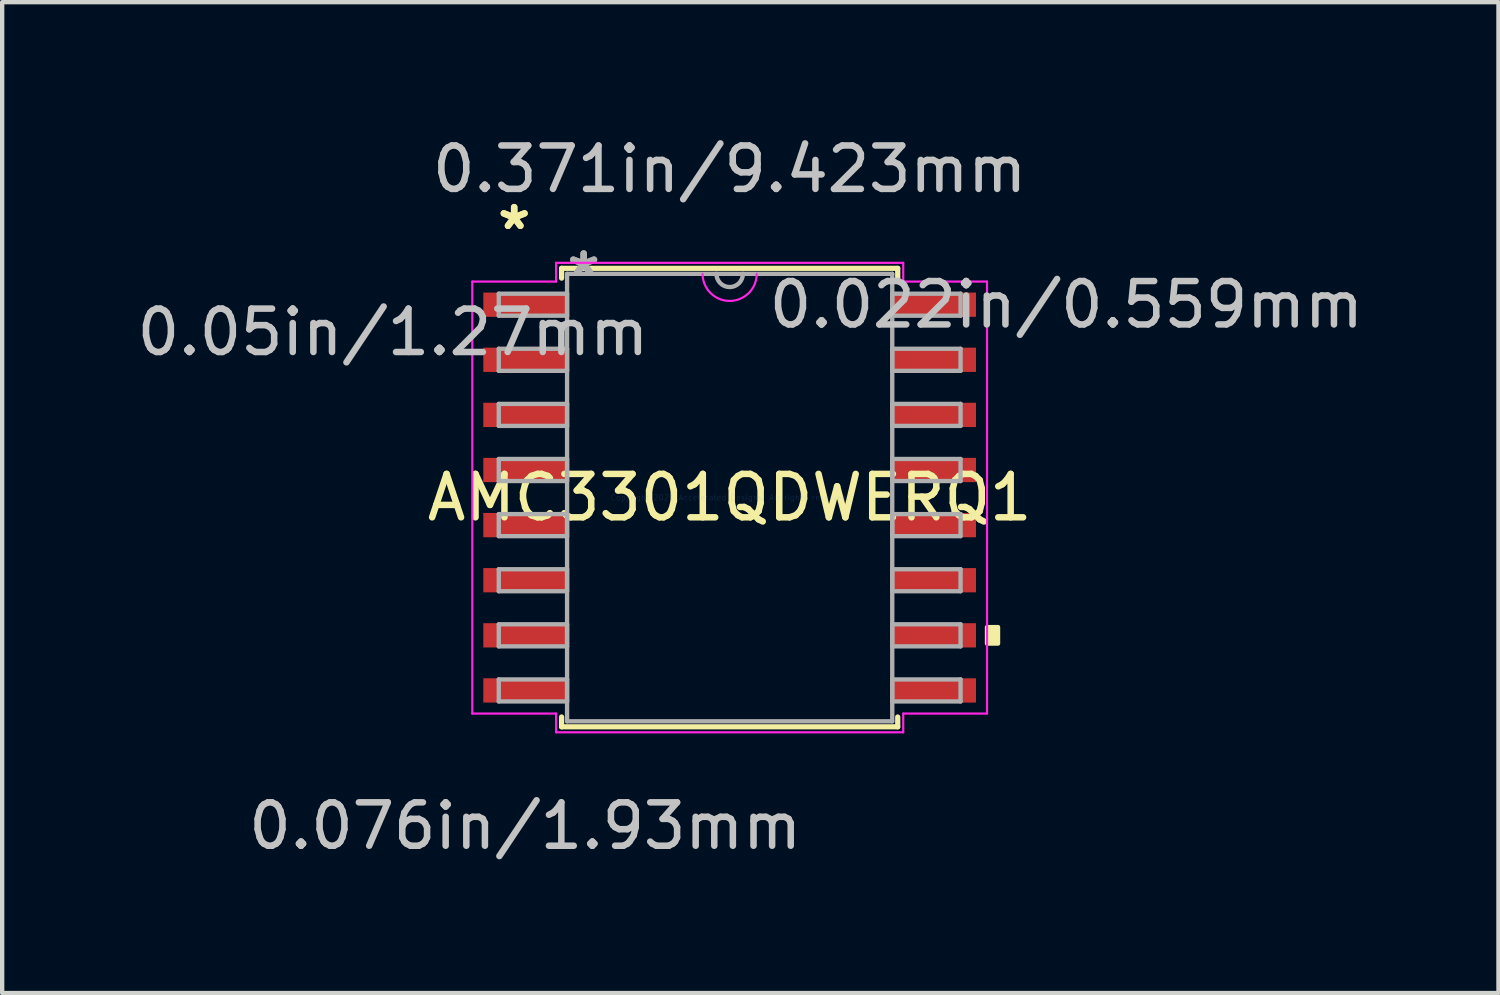
<source format=kicad_pcb>
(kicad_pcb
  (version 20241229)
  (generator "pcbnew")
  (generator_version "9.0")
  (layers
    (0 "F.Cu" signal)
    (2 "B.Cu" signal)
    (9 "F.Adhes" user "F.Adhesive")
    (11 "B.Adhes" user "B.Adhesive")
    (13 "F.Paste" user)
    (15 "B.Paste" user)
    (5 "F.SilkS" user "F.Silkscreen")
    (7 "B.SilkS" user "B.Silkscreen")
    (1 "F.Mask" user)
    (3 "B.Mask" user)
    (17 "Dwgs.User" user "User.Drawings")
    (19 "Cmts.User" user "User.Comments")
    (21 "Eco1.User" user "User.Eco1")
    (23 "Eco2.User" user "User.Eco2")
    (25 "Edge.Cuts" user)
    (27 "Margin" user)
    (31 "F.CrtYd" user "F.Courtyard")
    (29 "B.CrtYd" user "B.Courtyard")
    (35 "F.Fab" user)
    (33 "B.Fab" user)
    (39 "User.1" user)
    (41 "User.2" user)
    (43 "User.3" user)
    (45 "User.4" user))
  (footprint "AMC3301QDWERQ1"
    (layer "F.Cu")
    (at 13.766 8.417)
    (property "Reference" "AMC3301QDWERQ1" (at 0 0 0) (layer "F.SilkS") (effects (font (size 1 1) (thickness 0.15))))
    (attr through_hole)
    (fp_line (start -3.873 -5.283) (end -3.873 -5.057) (stroke (width 0.12) (type solid)) (layer "F.SilkS"))
    (fp_line (start -3.873 5.057) (end -3.873 5.283) (stroke (width 0.12) (type solid)) (layer "F.SilkS"))
    (fp_line (start -3.873 5.283) (end 3.873 5.283) (stroke (width 0.12) (type solid)) (layer "F.SilkS"))
    (fp_line (start 3.873 -5.283) (end -3.873 -5.283) (stroke (width 0.12) (type solid)) (layer "F.SilkS"))
    (fp_line (start 3.873 -5.057) (end 3.873 -5.283) (stroke (width 0.12) (type solid)) (layer "F.SilkS"))
    (fp_line (start 3.873 5.283) (end 3.873 5.057) (stroke (width 0.12) (type solid)) (layer "F.SilkS"))
    (fp_poly (pts (xy 6.185 2.985) (xy 6.185 3.365) (xy 5.931 3.365) (xy 5.931 2.985)) (stroke (width 0.1) (type solid)) (fill yes) (layer "F.SilkS"))
    (fp_line (start -5.931 -4.978) (end -4 -4.978) (stroke (width 0.05) (type solid)) (layer "F.CrtYd"))
    (fp_line (start -5.931 4.978) (end -5.931 -4.978) (stroke (width 0.05) (type solid)) (layer "F.CrtYd"))
    (fp_line (start -4 -5.41) (end 4 -5.41) (stroke (width 0.05) (type solid)) (layer "F.CrtYd"))
    (fp_line (start -4 -4.978) (end -4 -5.41) (stroke (width 0.05) (type solid)) (layer "F.CrtYd"))
    (fp_line (start -4 4.978) (end -5.931 4.978) (stroke (width 0.05) (type solid)) (layer "F.CrtYd"))
    (fp_line (start -4 5.41) (end -4 4.978) (stroke (width 0.05) (type solid)) (layer "F.CrtYd"))
    (fp_line (start 4 -5.41) (end 4 -4.978) (stroke (width 0.05) (type solid)) (layer "F.CrtYd"))
    (fp_line (start 4 -4.978) (end 5.931 -4.978) (stroke (width 0.05) (type solid)) (layer "F.CrtYd"))
    (fp_line (start 4 4.978) (end 4 5.41) (stroke (width 0.05) (type solid)) (layer "F.CrtYd"))
    (fp_line (start 4 5.41) (end -4 5.41) (stroke (width 0.05) (type solid)) (layer "F.CrtYd"))
    (fp_line (start 5.931 -4.978) (end 5.931 4.978) (stroke (width 0.05) (type solid)) (layer "F.CrtYd"))
    (fp_line (start 5.931 4.978) (end 4 4.978) (stroke (width 0.05) (type solid)) (layer "F.CrtYd"))
    (fp_arc (start 0.624417 -5.1562) (mid 0 -4.531783) (end -0.624417 -5.1562) (stroke (width 0.05) (type solid)) (layer "F.CrtYd"))
    (fp_line (start -5.321 -4.699) (end -5.321 -4.191) (stroke (width 0.1) (type solid)) (layer "F.Fab"))
    (fp_line (start -5.321 -4.191) (end -3.747 -4.191) (stroke (width 0.1) (type solid)) (layer "F.Fab"))
    (fp_line (start -5.321 -3.429) (end -5.321 -2.921) (stroke (width 0.1) (type solid)) (layer "F.Fab"))
    (fp_line (start -5.321 -2.921) (end -3.747 -2.921) (stroke (width 0.1) (type solid)) (layer "F.Fab"))
    (fp_line (start -5.321 -2.159) (end -5.321 -1.651) (stroke (width 0.1) (type solid)) (layer "F.Fab"))
    (fp_line (start -5.321 -1.651) (end -3.747 -1.651) (stroke (width 0.1) (type solid)) (layer "F.Fab"))
    (fp_line (start -5.321 -0.889) (end -5.321 -0.381) (stroke (width 0.1) (type solid)) (layer "F.Fab"))
    (fp_line (start -5.321 -0.381) (end -3.747 -0.381) (stroke (width 0.1) (type solid)) (layer "F.Fab"))
    (fp_line (start -5.321 0.381) (end -5.321 0.889) (stroke (width 0.1) (type solid)) (layer "F.Fab"))
    (fp_line (start -5.321 0.889) (end -3.747 0.889) (stroke (width 0.1) (type solid)) (layer "F.Fab"))
    (fp_line (start -5.321 1.651) (end -5.321 2.159) (stroke (width 0.1) (type solid)) (layer "F.Fab"))
    (fp_line (start -5.321 2.159) (end -3.747 2.159) (stroke (width 0.1) (type solid)) (layer "F.Fab"))
    (fp_line (start -5.321 2.921) (end -5.321 3.429) (stroke (width 0.1) (type solid)) (layer "F.Fab"))
    (fp_line (start -5.321 3.429) (end -3.747 3.429) (stroke (width 0.1) (type solid)) (layer "F.Fab"))
    (fp_line (start -5.321 4.191) (end -5.321 4.699) (stroke (width 0.1) (type solid)) (layer "F.Fab"))
    (fp_line (start -5.321 4.699) (end -3.747 4.699) (stroke (width 0.1) (type solid)) (layer "F.Fab"))
    (fp_line (start -3.747 -5.156) (end -3.747 5.156) (stroke (width 0.1) (type solid)) (layer "F.Fab"))
    (fp_line (start -3.747 -4.699) (end -5.321 -4.699) (stroke (width 0.1) (type solid)) (layer "F.Fab"))
    (fp_line (start -3.747 -4.191) (end -3.747 -4.699) (stroke (width 0.1) (type solid)) (layer "F.Fab"))
    (fp_line (start -3.747 -3.429) (end -5.321 -3.429) (stroke (width 0.1) (type solid)) (layer "F.Fab"))
    (fp_line (start -3.747 -2.921) (end -3.747 -3.429) (stroke (width 0.1) (type solid)) (layer "F.Fab"))
    (fp_line (start -3.747 -2.159) (end -5.321 -2.159) (stroke (width 0.1) (type solid)) (layer "F.Fab"))
    (fp_line (start -3.747 -1.651) (end -3.747 -2.159) (stroke (width 0.1) (type solid)) (layer "F.Fab"))
    (fp_line (start -3.747 -0.889) (end -5.321 -0.889) (stroke (width 0.1) (type solid)) (layer "F.Fab"))
    (fp_line (start -3.747 -0.381) (end -3.747 -0.889) (stroke (width 0.1) (type solid)) (layer "F.Fab"))
    (fp_line (start -3.747 0.381) (end -5.321 0.381) (stroke (width 0.1) (type solid)) (layer "F.Fab"))
    (fp_line (start -3.747 0.889) (end -3.747 0.381) (stroke (width 0.1) (type solid)) (layer "F.Fab"))
    (fp_line (start -3.747 1.651) (end -5.321 1.651) (stroke (width 0.1) (type solid)) (layer "F.Fab"))
    (fp_line (start -3.747 2.159) (end -3.747 1.651) (stroke (width 0.1) (type solid)) (layer "F.Fab"))
    (fp_line (start -3.747 2.921) (end -5.321 2.921) (stroke (width 0.1) (type solid)) (layer "F.Fab"))
    (fp_line (start -3.747 3.429) (end -3.747 2.921) (stroke (width 0.1) (type solid)) (layer "F.Fab"))
    (fp_line (start -3.747 4.191) (end -5.321 4.191) (stroke (width 0.1) (type solid)) (layer "F.Fab"))
    (fp_line (start -3.747 4.699) (end -3.747 4.191) (stroke (width 0.1) (type solid)) (layer "F.Fab"))
    (fp_line (start -3.747 5.156) (end 3.747 5.156) (stroke (width 0.1) (type solid)) (layer "F.Fab"))
    (fp_line (start 3.747 -5.156) (end -3.747 -5.156) (stroke (width 0.1) (type solid)) (layer "F.Fab"))
    (fp_line (start 3.747 -4.699) (end 3.747 -4.191) (stroke (width 0.1) (type solid)) (layer "F.Fab"))
    (fp_line (start 3.747 -4.191) (end 5.321 -4.191) (stroke (width 0.1) (type solid)) (layer "F.Fab"))
    (fp_line (start 3.747 -3.429) (end 3.747 -2.921) (stroke (width 0.1) (type solid)) (layer "F.Fab"))
    (fp_line (start 3.747 -2.921) (end 5.321 -2.921) (stroke (width 0.1) (type solid)) (layer "F.Fab"))
    (fp_line (start 3.747 -2.159) (end 3.747 -1.651) (stroke (width 0.1) (type solid)) (layer "F.Fab"))
    (fp_line (start 3.747 -1.651) (end 5.321 -1.651) (stroke (width 0.1) (type solid)) (layer "F.Fab"))
    (fp_line (start 3.747 -0.889) (end 3.747 -0.381) (stroke (width 0.1) (type solid)) (layer "F.Fab"))
    (fp_line (start 3.747 -0.381) (end 5.321 -0.381) (stroke (width 0.1) (type solid)) (layer "F.Fab"))
    (fp_line (start 3.747 0.381) (end 3.747 0.889) (stroke (width 0.1) (type solid)) (layer "F.Fab"))
    (fp_line (start 3.747 0.889) (end 5.321 0.889) (stroke (width 0.1) (type solid)) (layer "F.Fab"))
    (fp_line (start 3.747 1.651) (end 3.747 2.159) (stroke (width 0.1) (type solid)) (layer "F.Fab"))
    (fp_line (start 3.747 2.159) (end 5.321 2.159) (stroke (width 0.1) (type solid)) (layer "F.Fab"))
    (fp_line (start 3.747 2.921) (end 3.747 3.429) (stroke (width 0.1) (type solid)) (layer "F.Fab"))
    (fp_line (start 3.747 3.429) (end 5.321 3.429) (stroke (width 0.1) (type solid)) (layer "F.Fab"))
    (fp_line (start 3.747 4.191) (end 3.747 4.699) (stroke (width 0.1) (type solid)) (layer "F.Fab"))
    (fp_line (start 3.747 4.699) (end 5.321 4.699) (stroke (width 0.1) (type solid)) (layer "F.Fab"))
    (fp_line (start 3.747 5.156) (end 3.747 -5.156) (stroke (width 0.1) (type solid)) (layer "F.Fab"))
    (fp_line (start 5.321 -4.699) (end 3.747 -4.699) (stroke (width 0.1) (type solid)) (layer "F.Fab"))
    (fp_line (start 5.321 -4.191) (end 5.321 -4.699) (stroke (width 0.1) (type solid)) (layer "F.Fab"))
    (fp_line (start 5.321 -3.429) (end 3.747 -3.429) (stroke (width 0.1) (type solid)) (layer "F.Fab"))
    (fp_line (start 5.321 -2.921) (end 5.321 -3.429) (stroke (width 0.1) (type solid)) (layer "F.Fab"))
    (fp_line (start 5.321 -2.159) (end 3.747 -2.159) (stroke (width 0.1) (type solid)) (layer "F.Fab"))
    (fp_line (start 5.321 -1.651) (end 5.321 -2.159) (stroke (width 0.1) (type solid)) (layer "F.Fab"))
    (fp_line (start 5.321 -0.889) (end 3.747 -0.889) (stroke (width 0.1) (type solid)) (layer "F.Fab"))
    (fp_line (start 5.321 -0.381) (end 5.321 -0.889) (stroke (width 0.1) (type solid)) (layer "F.Fab"))
    (fp_line (start 5.321 0.381) (end 3.747 0.381) (stroke (width 0.1) (type solid)) (layer "F.Fab"))
    (fp_line (start 5.321 0.889) (end 5.321 0.381) (stroke (width 0.1) (type solid)) (layer "F.Fab"))
    (fp_line (start 5.321 1.651) (end 3.747 1.651) (stroke (width 0.1) (type solid)) (layer "F.Fab"))
    (fp_line (start 5.321 2.159) (end 5.321 1.651) (stroke (width 0.1) (type solid)) (layer "F.Fab"))
    (fp_line (start 5.321 2.921) (end 3.747 2.921) (stroke (width 0.1) (type solid)) (layer "F.Fab"))
    (fp_line (start 5.321 3.429) (end 5.321 2.921) (stroke (width 0.1) (type solid)) (layer "F.Fab"))
    (fp_line (start 5.321 4.191) (end 3.747 4.191) (stroke (width 0.1) (type solid)) (layer "F.Fab"))
    (fp_line (start 5.321 4.699) (end 5.321 4.191) (stroke (width 0.1) (type solid)) (layer "F.Fab"))
    (fp_arc (start 0.3048 -5.1562) (mid 0 -4.8514) (end -0.3048 -5.1562) (stroke (width 0.1) (type solid)) (layer "F.Fab"))
    (fp_text user "*" (at -4.966 -6.147 0) (layer "F.SilkS") (effects (font (size 1 1) (thickness 0.15))))
    (fp_text user "*" (at -4.966 -6.147 0) (layer "F.SilkS") (effects (font (size 1 1) (thickness 0.15))))
    (fp_text user "0.022in/0.559mm" (at 7.76 -4.445 0) (layer "Dwgs.User") (effects (font (size 1 1) (thickness 0.15))))
    (fp_text user "0.371in/9.423mm" (at 0 -7.569 0) (layer "Dwgs.User") (effects (font (size 1 1) (thickness 0.15))))
    (fp_text user "0.05in/1.27mm" (at -7.76 -3.81 0) (layer "Dwgs.User") (effects (font (size 1 1) (thickness 0.15))))
    (fp_text user "0.076in/1.93mm" (at -4.712 7.569 0) (layer "Dwgs.User") (effects (font (size 1 1) (thickness 0.15))))
    (fp_text user "Copyright 2021 Accelerated Designs. All rights reserved." (at 0 0 0) (layer "Cmts.User") (effects (font (size 0.127 0.127) (thickness 0.002))))
    (fp_text user "*" (at -3.365 -5.08 0) (layer "F.Fab") (effects (font (size 1 1) (thickness 0.15))))
    (fp_text user "*" (at -3.365 -5.08 0) (layer "F.Fab") (effects (font (size 1 1) (thickness 0.15))))
    (pad "1" smd rect (at -4.712 -4.445) (size 1.93 0.559) (layers "F.Cu" "F.Mask" "F.Paste"))
    (pad "2" smd rect (at -4.712 -3.175) (size 1.93 0.559) (layers "F.Cu" "F.Mask" "F.Paste"))
    (pad "3" smd rect (at -4.712 -1.905) (size 1.93 0.559) (layers "F.Cu" "F.Mask" "F.Paste"))
    (pad "4" smd rect (at -4.712 -0.635) (size 1.93 0.559) (layers "F.Cu" "F.Mask" "F.Paste"))
    (pad "5" smd rect (at -4.712 0.635) (size 1.93 0.559) (layers "F.Cu" "F.Mask" "F.Paste"))
    (pad "6" smd rect (at -4.712 1.905) (size 1.93 0.559) (layers "F.Cu" "F.Mask" "F.Paste"))
    (pad "7" smd rect (at -4.712 3.175) (size 1.93 0.559) (layers "F.Cu" "F.Mask" "F.Paste"))
    (pad "8" smd rect (at -4.712 4.445) (size 1.93 0.559) (layers "F.Cu" "F.Mask" "F.Paste"))
    (pad "9" smd rect (at 4.712 4.445) (size 1.93 0.559) (layers "F.Cu" "F.Mask" "F.Paste"))
    (pad "10" smd rect (at 4.712 3.175) (size 1.93 0.559) (layers "F.Cu" "F.Mask" "F.Paste"))
    (pad "11" smd rect (at 4.712 1.905) (size 1.93 0.559) (layers "F.Cu" "F.Mask" "F.Paste"))
    (pad "12" smd rect (at 4.712 0.635) (size 1.93 0.559) (layers "F.Cu" "F.Mask" "F.Paste"))
    (pad "13" smd rect (at 4.712 -0.635) (size 1.93 0.559) (layers "F.Cu" "F.Mask" "F.Paste"))
    (pad "14" smd rect (at 4.712 -1.905) (size 1.93 0.559) (layers "F.Cu" "F.Mask" "F.Paste"))
    (pad "15" smd rect (at 4.712 -3.175) (size 1.93 0.559) (layers "F.Cu" "F.Mask" "F.Paste"))
    (pad "16" smd rect (at 4.712 -4.445) (size 1.93 0.559) (layers "F.Cu" "F.Mask" "F.Paste")))
  (gr_rect
    (start -3 -3)
    (end 31.484 19.835)
    (stroke (width 0.1) (type default))
    (fill no)
    (layer "Edge.Cuts")))
</source>
